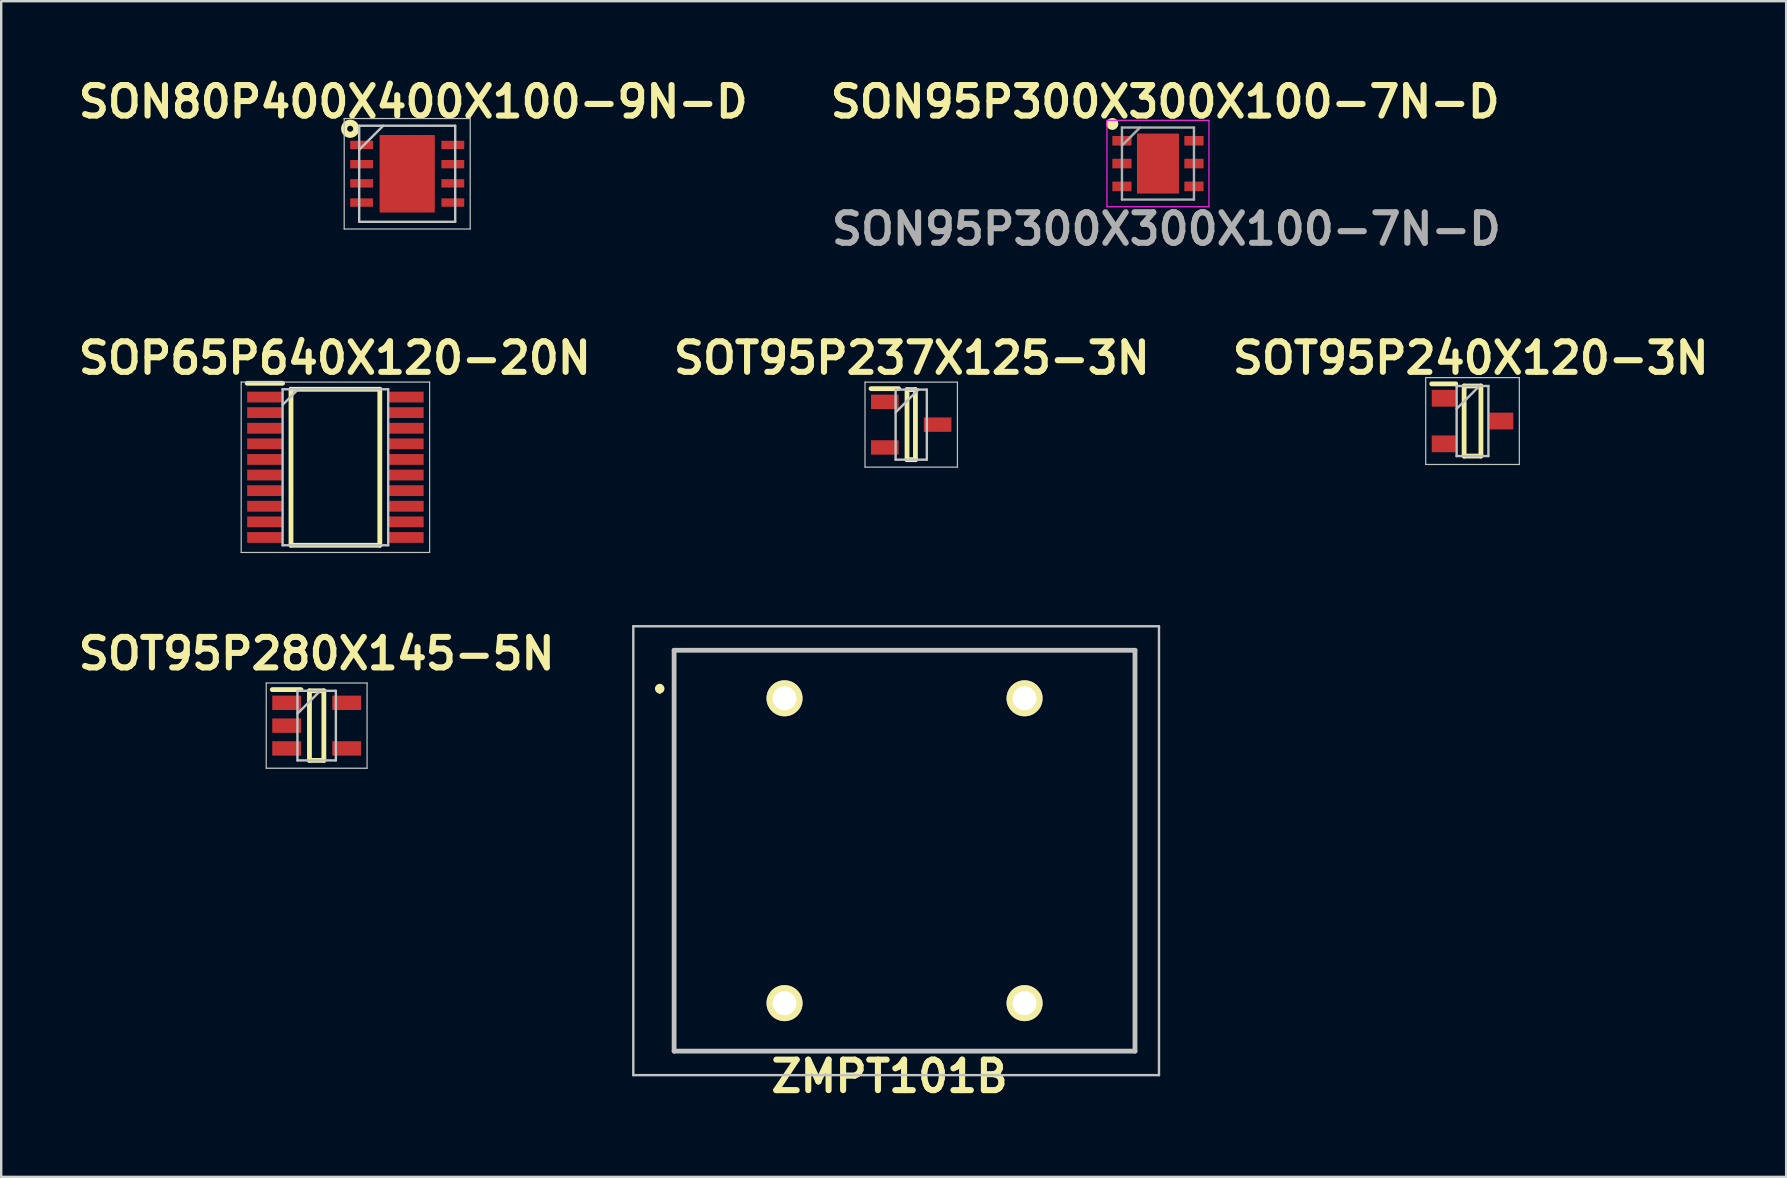
<source format=kicad_pcb>
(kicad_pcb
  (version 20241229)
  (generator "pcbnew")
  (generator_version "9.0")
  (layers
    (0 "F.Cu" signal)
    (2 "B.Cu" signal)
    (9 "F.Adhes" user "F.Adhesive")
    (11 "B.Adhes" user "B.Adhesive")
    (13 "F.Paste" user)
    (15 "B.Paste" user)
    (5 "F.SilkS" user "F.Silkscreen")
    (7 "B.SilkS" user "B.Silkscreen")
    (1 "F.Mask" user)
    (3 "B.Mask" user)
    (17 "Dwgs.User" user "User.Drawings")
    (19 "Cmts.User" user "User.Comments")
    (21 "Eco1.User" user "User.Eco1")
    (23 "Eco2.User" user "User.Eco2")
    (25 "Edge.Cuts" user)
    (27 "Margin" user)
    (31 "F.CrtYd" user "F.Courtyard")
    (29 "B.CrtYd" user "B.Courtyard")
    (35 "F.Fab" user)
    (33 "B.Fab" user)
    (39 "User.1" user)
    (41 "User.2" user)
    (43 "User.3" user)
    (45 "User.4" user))
  (footprint "ZMPT101B"
    (layer "F.Cu")
    (at 29.634 26.041)
    (property "Reference" "ZMPT101B" (at 4.375 15.75 0) (layer "F.SilkS") (effects (font (size 1.27 1.27) (thickness 0.254))))
    (attr through_hole exclude_from_pos_files)
    (fp_line (start -5.2 -0.5) (end -5.2 -0.5) (stroke (width 0.2) (type solid)) (layer "F.SilkS"))
    (fp_line (start -5.2 -0.3) (end -5.2 -0.3) (stroke (width 0.2) (type solid)) (layer "F.SilkS"))
    (fp_line (start -4.6 -2) (end 14.6 -2) (stroke (width 0.1) (type solid)) (layer "F.SilkS"))
    (fp_line (start -4.6 14.7) (end -4.6 -2) (stroke (width 0.1) (type solid)) (layer "F.SilkS"))
    (fp_line (start 14.6 -2) (end 14.6 14.7) (stroke (width 0.1) (type solid)) (layer "F.SilkS"))
    (fp_line (start 14.6 14.7) (end -4.6 14.7) (stroke (width 0.1) (type solid)) (layer "F.SilkS"))
    (fp_arc (start -5.2 -0.5) (mid -5.1 -0.4) (end -5.2 -0.3) (stroke (width 0.2) (type solid)) (layer "F.SilkS"))
    (fp_arc (start -5.2 -0.3) (mid -5.3 -0.4) (end -5.2 -0.5) (stroke (width 0.2) (type solid)) (layer "F.SilkS"))
    (fp_line (start -6.3 -3) (end 15.6 -3) (stroke (width 0.1) (type solid)) (layer "Dwgs.User"))
    (fp_line (start -6.3 15.7) (end -6.3 -3) (stroke (width 0.1) (type solid)) (layer "Dwgs.User"))
    (fp_line (start -4.6 -2) (end 14.6 -2) (stroke (width 0.2) (type solid)) (layer "Dwgs.User"))
    (fp_line (start -4.6 14.7) (end -4.6 -2) (stroke (width 0.2) (type solid)) (layer "Dwgs.User"))
    (fp_line (start 14.6 -2) (end 14.6 14.7) (stroke (width 0.2) (type solid)) (layer "Dwgs.User"))
    (fp_line (start 14.6 14.7) (end -4.6 14.7) (stroke (width 0.2) (type solid)) (layer "Dwgs.User"))
    (fp_line (start 15.6 -3) (end 15.6 15.7) (stroke (width 0.1) (type solid)) (layer "Dwgs.User"))
    (fp_line (start 15.6 15.7) (end -6.3 15.7) (stroke (width 0.1) (type solid)) (layer "Dwgs.User"))
    (pad "1" thru_hole circle (at 0 0 90) (size 1.5 1.5) (drill 1) (layers "*.Cu" "*.Mask" "F.SilkS"))
    (pad "2" thru_hole circle (at 0 12.7 90) (size 1.5 1.5) (drill 1) (layers "*.Cu" "*.Mask" "F.SilkS"))
    (pad "3" thru_hole circle (at 10 12.7 90) (size 1.5 1.5) (drill 1) (layers "*.Cu" "*.Mask" "F.SilkS"))
    (pad "4" thru_hole circle (at 10 0 90) (size 1.5 1.5) (drill 1) (layers "*.Cu" "*.Mask" "F.SilkS")))
  (footprint "SOT95P237X125-3N"
    (layer "F.Cu")
    (at 34.912 14.641)
    (property "Reference" "SOT95P237X125-3N" (at 0.025 -2.775 0) (layer "F.SilkS") (effects (font (size 1.27 1.27) (thickness 0.254))))
    (attr smd)
    (fp_line (start -1.675 -1.5) (end -0.525 -1.5) (stroke (width 0.2) (type solid)) (layer "F.SilkS"))
    (fp_line (start -0.175 -1.46) (end 0.175 -1.46) (stroke (width 0.2) (type solid)) (layer "F.SilkS"))
    (fp_line (start -0.175 1.46) (end -0.175 -1.46) (stroke (width 0.2) (type solid)) (layer "F.SilkS"))
    (fp_line (start 0.175 -1.46) (end 0.175 1.46) (stroke (width 0.2) (type solid)) (layer "F.SilkS"))
    (fp_line (start 0.175 1.46) (end -0.175 1.46) (stroke (width 0.2) (type solid)) (layer "F.SilkS"))
    (fp_line (start -1.925 -1.77) (end 1.925 -1.77) (stroke (width 0.05) (type solid)) (layer "Dwgs.User"))
    (fp_line (start -1.925 1.77) (end -1.925 -1.77) (stroke (width 0.05) (type solid)) (layer "Dwgs.User"))
    (fp_line (start -0.65 -1.46) (end 0.65 -1.46) (stroke (width 0.1) (type solid)) (layer "Dwgs.User"))
    (fp_line (start -0.65 -0.51) (end 0.3 -1.46) (stroke (width 0.1) (type solid)) (layer "Dwgs.User"))
    (fp_line (start -0.65 1.46) (end -0.65 -1.46) (stroke (width 0.1) (type solid)) (layer "Dwgs.User"))
    (fp_line (start 0.65 -1.46) (end 0.65 1.46) (stroke (width 0.1) (type solid)) (layer "Dwgs.User"))
    (fp_line (start 0.65 1.46) (end -0.65 1.46) (stroke (width 0.1) (type solid)) (layer "Dwgs.User"))
    (fp_line (start 1.925 -1.77) (end 1.925 1.77) (stroke (width 0.05) (type solid)) (layer "Dwgs.User"))
    (fp_line (start 1.925 1.77) (end -1.925 1.77) (stroke (width 0.05) (type solid)) (layer "Dwgs.User"))
    (pad "1" smd rect (at -1.1 -0.95 90) (size 0.6 1.15) (layers "F.Cu" "F.Mask" "F.Paste"))
    (pad "2" smd rect (at -1.1 0.95 90) (size 0.6 1.15) (layers "F.Cu" "F.Mask" "F.Paste"))
    (pad "3" smd rect (at 1.1 0 90) (size 0.6 1.15) (layers "F.Cu" "F.Mask" "F.Paste")))
  (footprint "SOT95P280X145-5N"
    (layer "F.Cu")
    (at 10.142 27.18)
    (property "Reference" "SOT95P280X145-5N" (at 0 -3 0) (layer "F.SilkS") (effects (font (size 1.27 1.27) (thickness 0.254))))
    (attr smd)
    (fp_line (start -1.85 -1.5) (end -0.65 -1.5) (stroke (width 0.2) (type solid)) (layer "F.SilkS"))
    (fp_line (start -0.3 -1.45) (end 0.3 -1.45) (stroke (width 0.2) (type solid)) (layer "F.SilkS"))
    (fp_line (start -0.3 1.45) (end -0.3 -1.45) (stroke (width 0.2) (type solid)) (layer "F.SilkS"))
    (fp_line (start 0.3 -1.45) (end 0.3 1.45) (stroke (width 0.2) (type solid)) (layer "F.SilkS"))
    (fp_line (start 0.3 1.45) (end -0.3 1.45) (stroke (width 0.2) (type solid)) (layer "F.SilkS"))
    (fp_line (start -2.1 -1.775) (end 2.1 -1.775) (stroke (width 0.05) (type solid)) (layer "Dwgs.User"))
    (fp_line (start -2.1 1.775) (end -2.1 -1.775) (stroke (width 0.05) (type solid)) (layer "Dwgs.User"))
    (fp_line (start -0.8 -1.45) (end 0.8 -1.45) (stroke (width 0.1) (type solid)) (layer "Dwgs.User"))
    (fp_line (start -0.8 -0.5) (end 0.15 -1.45) (stroke (width 0.1) (type solid)) (layer "Dwgs.User"))
    (fp_line (start -0.8 1.45) (end -0.8 -1.45) (stroke (width 0.1) (type solid)) (layer "Dwgs.User"))
    (fp_line (start 0.8 -1.45) (end 0.8 1.45) (stroke (width 0.1) (type solid)) (layer "Dwgs.User"))
    (fp_line (start 0.8 1.45) (end -0.8 1.45) (stroke (width 0.1) (type solid)) (layer "Dwgs.User"))
    (fp_line (start 2.1 -1.775) (end 2.1 1.775) (stroke (width 0.05) (type solid)) (layer "Dwgs.User"))
    (fp_line (start 2.1 1.775) (end -2.1 1.775) (stroke (width 0.05) (type solid)) (layer "Dwgs.User"))
    (pad "1" smd rect (at -1.25 -0.95 90) (size 0.6 1.2) (layers "F.Cu" "F.Mask" "F.Paste"))
    (pad "2" smd rect (at -1.25 0 90) (size 0.6 1.2) (layers "F.Cu" "F.Mask" "F.Paste"))
    (pad "3" smd rect (at -1.25 0.95 90) (size 0.6 1.2) (layers "F.Cu" "F.Mask" "F.Paste"))
    (pad "4" smd rect (at 1.25 0.95 90) (size 0.6 1.2) (layers "F.Cu" "F.Mask" "F.Paste"))
    (pad "5" smd rect (at 1.25 -0.95 90) (size 0.6 1.2) (layers "F.Cu" "F.Mask" "F.Paste")))
  (footprint "SOP65P640X120-20N"
    (layer "F.Cu")
    (at 10.923 16.416)
    (property "Reference" "SOP65P640X120-20N" (at -0.025 -4.55 0) (layer "F.SilkS") (effects (font (size 1.27 1.27) (thickness 0.254))))
    (attr smd)
    (fp_line (start -3.675 -3.5) (end -2.2 -3.5) (stroke (width 0.2) (type solid)) (layer "F.SilkS"))
    (fp_line (start -1.85 -3.25) (end 1.85 -3.25) (stroke (width 0.2) (type solid)) (layer "F.SilkS"))
    (fp_line (start -1.85 3.25) (end -1.85 -3.25) (stroke (width 0.2) (type solid)) (layer "F.SilkS"))
    (fp_line (start 1.85 -3.25) (end 1.85 3.25) (stroke (width 0.2) (type solid)) (layer "F.SilkS"))
    (fp_line (start 1.85 3.25) (end -1.85 3.25) (stroke (width 0.2) (type solid)) (layer "F.SilkS"))
    (fp_line (start -3.925 -3.55) (end 3.925 -3.55) (stroke (width 0.05) (type solid)) (layer "Dwgs.User"))
    (fp_line (start -3.925 3.55) (end -3.925 -3.55) (stroke (width 0.05) (type solid)) (layer "Dwgs.User"))
    (fp_line (start -2.2 -3.25) (end 2.2 -3.25) (stroke (width 0.1) (type solid)) (layer "Dwgs.User"))
    (fp_line (start -2.2 -2.6) (end -1.55 -3.25) (stroke (width 0.1) (type solid)) (layer "Dwgs.User"))
    (fp_line (start -2.2 3.25) (end -2.2 -3.25) (stroke (width 0.1) (type solid)) (layer "Dwgs.User"))
    (fp_line (start 2.2 -3.25) (end 2.2 3.25) (stroke (width 0.1) (type solid)) (layer "Dwgs.User"))
    (fp_line (start 2.2 3.25) (end -2.2 3.25) (stroke (width 0.1) (type solid)) (layer "Dwgs.User"))
    (fp_line (start 3.925 -3.55) (end 3.925 3.55) (stroke (width 0.05) (type solid)) (layer "Dwgs.User"))
    (fp_line (start 3.925 3.55) (end -3.925 3.55) (stroke (width 0.05) (type solid)) (layer "Dwgs.User"))
    (pad "1" smd rect (at -2.938 -2.925 90) (size 0.45 1.475) (layers "F.Cu" "F.Mask" "F.Paste"))
    (pad "2" smd rect (at -2.938 -2.275 90) (size 0.45 1.475) (layers "F.Cu" "F.Mask" "F.Paste"))
    (pad "3" smd rect (at -2.938 -1.625 90) (size 0.45 1.475) (layers "F.Cu" "F.Mask" "F.Paste"))
    (pad "4" smd rect (at -2.938 -0.975 90) (size 0.45 1.475) (layers "F.Cu" "F.Mask" "F.Paste"))
    (pad "5" smd rect (at -2.938 -0.325 90) (size 0.45 1.475) (layers "F.Cu" "F.Mask" "F.Paste"))
    (pad "6" smd rect (at -2.938 0.325 90) (size 0.45 1.475) (layers "F.Cu" "F.Mask" "F.Paste"))
    (pad "7" smd rect (at -2.938 0.975 90) (size 0.45 1.475) (layers "F.Cu" "F.Mask" "F.Paste"))
    (pad "8" smd rect (at -2.938 1.625 90) (size 0.45 1.475) (layers "F.Cu" "F.Mask" "F.Paste"))
    (pad "9" smd rect (at -2.938 2.275 90) (size 0.45 1.475) (layers "F.Cu" "F.Mask" "F.Paste"))
    (pad "10" smd rect (at -2.938 2.925 90) (size 0.45 1.475) (layers "F.Cu" "F.Mask" "F.Paste"))
    (pad "11" smd rect (at 2.938 2.925 90) (size 0.45 1.475) (layers "F.Cu" "F.Mask" "F.Paste"))
    (pad "12" smd rect (at 2.938 2.275 90) (size 0.45 1.475) (layers "F.Cu" "F.Mask" "F.Paste"))
    (pad "13" smd rect (at 2.938 1.625 90) (size 0.45 1.475) (layers "F.Cu" "F.Mask" "F.Paste"))
    (pad "14" smd rect (at 2.938 0.975 90) (size 0.45 1.475) (layers "F.Cu" "F.Mask" "F.Paste"))
    (pad "15" smd rect (at 2.938 0.325 90) (size 0.45 1.475) (layers "F.Cu" "F.Mask" "F.Paste"))
    (pad "16" smd rect (at 2.938 -0.325 90) (size 0.45 1.475) (layers "F.Cu" "F.Mask" "F.Paste"))
    (pad "17" smd rect (at 2.938 -0.975 90) (size 0.45 1.475) (layers "F.Cu" "F.Mask" "F.Paste"))
    (pad "18" smd rect (at 2.938 -1.625 90) (size 0.45 1.475) (layers "F.Cu" "F.Mask" "F.Paste"))
    (pad "19" smd rect (at 2.938 -2.275 90) (size 0.45 1.475) (layers "F.Cu" "F.Mask" "F.Paste"))
    (pad "20" smd rect (at 2.938 -2.925 90) (size 0.45 1.475) (layers "F.Cu" "F.Mask" "F.Paste")))
  (footprint "SON95P300X300X100-7N-D"
    (layer "F.Cu")
    (at 45.191 3.764)
    (property "Reference" "SON95P300X300X100-7N-D" (at 0.3 -2.575 0) (layer "F.SilkS") (effects (font (size 1.27 1.27) (thickness 0.254))))
    (attr smd)
    (fp_circle (center -1.9 -1.65) (end -1.9 -1.525) (stroke (width 0.25) (type solid)) (fill no) (layer "F.SilkS"))
    (fp_line (start -2.125 -1.8) (end 2.125 -1.8) (stroke (width 0.05) (type solid)) (layer "F.CrtYd"))
    (fp_line (start -2.125 1.8) (end -2.125 -1.8) (stroke (width 0.05) (type solid)) (layer "F.CrtYd"))
    (fp_line (start 2.125 -1.8) (end 2.125 1.8) (stroke (width 0.05) (type solid)) (layer "F.CrtYd"))
    (fp_line (start 2.125 1.8) (end -2.125 1.8) (stroke (width 0.05) (type solid)) (layer "F.CrtYd"))
    (fp_line (start -1.5 -1.5) (end 1.5 -1.5) (stroke (width 0.1) (type solid)) (layer "F.Fab"))
    (fp_line (start -1.5 -0.75) (end -0.75 -1.5) (stroke (width 0.1) (type solid)) (layer "F.Fab"))
    (fp_line (start -1.5 1.5) (end -1.5 -1.5) (stroke (width 0.1) (type solid)) (layer "F.Fab"))
    (fp_line (start 1.5 -1.5) (end 1.5 1.5) (stroke (width 0.1) (type solid)) (layer "F.Fab"))
    (fp_line (start 1.5 1.5) (end -1.5 1.5) (stroke (width 0.1) (type solid)) (layer "F.Fab"))
    (fp_text user "${REFERENCE}" (at 0.35 2.725 0) (layer "F.Fab") (effects (font (size 1.27 1.27) (thickness 0.254))))
    (pad "1" smd rect (at -1.5 -0.95 90) (size 0.4 0.8) (layers "F.Cu" "F.Mask" "F.Paste"))
    (pad "2" smd rect (at -1.5 0 90) (size 0.4 0.8) (layers "F.Cu" "F.Mask" "F.Paste"))
    (pad "3" smd rect (at -1.5 0.95 90) (size 0.4 0.8) (layers "F.Cu" "F.Mask" "F.Paste"))
    (pad "4" smd rect (at 1.5 0.95 90) (size 0.4 0.8) (layers "F.Cu" "F.Mask" "F.Paste"))
    (pad "5" smd rect (at 1.5 0 90) (size 0.4 0.8) (layers "F.Cu" "F.Mask" "F.Paste"))
    (pad "6" smd rect (at 1.5 -0.95 90) (size 0.4 0.8) (layers "F.Cu" "F.Mask" "F.Paste"))
    (pad "7" smd rect (at 0 0) (size 1.75 2.5) (layers "F.Cu" "F.Mask" "F.Paste")))
  (footprint "SOT95P240X120-3N"
    (layer "F.Cu")
    (at 58.296 14.491)
    (property "Reference" "SOT95P240X120-3N" (at -0.075 -2.625 0) (layer "F.SilkS") (effects (font (size 1.27 1.27) (thickness 0.254))))
    (attr smd)
    (fp_line (start -1.7 -1.55) (end -0.7 -1.55) (stroke (width 0.2) (type solid)) (layer "F.SilkS"))
    (fp_line (start -0.35 -1.46) (end 0.35 -1.46) (stroke (width 0.2) (type solid)) (layer "F.SilkS"))
    (fp_line (start -0.35 1.46) (end -0.35 -1.46) (stroke (width 0.2) (type solid)) (layer "F.SilkS"))
    (fp_line (start 0.35 -1.46) (end 0.35 1.46) (stroke (width 0.2) (type solid)) (layer "F.SilkS"))
    (fp_line (start 0.35 1.46) (end -0.35 1.46) (stroke (width 0.2) (type solid)) (layer "F.SilkS"))
    (fp_line (start -1.95 -1.81) (end 1.95 -1.81) (stroke (width 0.05) (type solid)) (layer "Dwgs.User"))
    (fp_line (start -1.95 1.81) (end -1.95 -1.81) (stroke (width 0.05) (type solid)) (layer "Dwgs.User"))
    (fp_line (start -0.662 -1.46) (end 0.662 -1.46) (stroke (width 0.1) (type solid)) (layer "Dwgs.User"))
    (fp_line (start -0.662 -0.51) (end 0.288 -1.46) (stroke (width 0.1) (type solid)) (layer "Dwgs.User"))
    (fp_line (start -0.662 1.46) (end -0.662 -1.46) (stroke (width 0.1) (type solid)) (layer "Dwgs.User"))
    (fp_line (start 0.662 -1.46) (end 0.662 1.46) (stroke (width 0.1) (type solid)) (layer "Dwgs.User"))
    (fp_line (start 0.662 1.46) (end -0.662 1.46) (stroke (width 0.1) (type solid)) (layer "Dwgs.User"))
    (fp_line (start 1.95 -1.81) (end 1.95 1.81) (stroke (width 0.05) (type solid)) (layer "Dwgs.User"))
    (fp_line (start 1.95 1.81) (end -1.95 1.81) (stroke (width 0.05) (type solid)) (layer "Dwgs.User"))
    (pad "1" smd rect (at -1.2 -0.95 90) (size 0.7 1) (layers "F.Cu" "F.Mask" "F.Paste"))
    (pad "2" smd rect (at -1.2 0.95 90) (size 0.7 1) (layers "F.Cu" "F.Mask" "F.Paste"))
    (pad "3" smd rect (at 1.2 0 90) (size 0.7 1) (layers "F.Cu" "F.Mask" "F.Paste")))
  (footprint "SON80P400X400X100-9N-D"
    (layer "F.Cu")
    (at 13.914 4.189)
    (property "Reference" "SON80P400X400X100-9N-D" (at 0.25 -3 0) (layer "F.SilkS") (effects (font (size 1.27 1.27) (thickness 0.254))))
    (attr smd)
    (fp_circle (center -2.375 -1.875) (end -2.25 -1.875) (stroke (width 0.254) (type solid)) (fill no) (layer "F.SilkS"))
    (fp_line (start -2.625 -2.3) (end 2.625 -2.3) (stroke (width 0.05) (type solid)) (layer "Dwgs.User"))
    (fp_line (start -2.625 2.3) (end -2.625 -2.3) (stroke (width 0.05) (type solid)) (layer "Dwgs.User"))
    (fp_line (start -2 -2) (end 2 -2) (stroke (width 0.1) (type solid)) (layer "Dwgs.User"))
    (fp_line (start -2 -1) (end -1 -2) (stroke (width 0.1) (type solid)) (layer "Dwgs.User"))
    (fp_line (start -2 2) (end -2 -2) (stroke (width 0.1) (type solid)) (layer "Dwgs.User"))
    (fp_line (start 2 -2) (end 2 2) (stroke (width 0.1) (type solid)) (layer "Dwgs.User"))
    (fp_line (start 2 2) (end -2 2) (stroke (width 0.1) (type solid)) (layer "Dwgs.User"))
    (fp_line (start 2.625 -2.3) (end 2.625 2.3) (stroke (width 0.05) (type solid)) (layer "Dwgs.User"))
    (fp_line (start 2.625 2.3) (end -2.625 2.3) (stroke (width 0.05) (type solid)) (layer "Dwgs.User"))
    (pad "1" smd rect (at -1.9 -1.2 90) (size 0.35 0.95) (layers "F.Cu" "F.Mask" "F.Paste"))
    (pad "2" smd rect (at -1.9 -0.4 90) (size 0.35 0.95) (layers "F.Cu" "F.Mask" "F.Paste"))
    (pad "3" smd rect (at -1.9 0.4 90) (size 0.35 0.95) (layers "F.Cu" "F.Mask" "F.Paste"))
    (pad "4" smd rect (at -1.9 1.2 90) (size 0.35 0.95) (layers "F.Cu" "F.Mask" "F.Paste"))
    (pad "5" smd rect (at 1.9 1.2 90) (size 0.35 0.95) (layers "F.Cu" "F.Mask" "F.Paste"))
    (pad "6" smd rect (at 1.9 0.4 90) (size 0.35 0.95) (layers "F.Cu" "F.Mask" "F.Paste"))
    (pad "7" smd rect (at 1.9 -0.4 90) (size 0.35 0.95) (layers "F.Cu" "F.Mask" "F.Paste"))
    (pad "8" smd rect (at 1.9 -1.2 90) (size 0.35 0.95) (layers "F.Cu" "F.Mask" "F.Paste"))
    (pad "9" smd rect (at 0 0) (size 2.3 3.23) (layers "F.Cu" "F.Mask" "F.Paste")))
  (gr_rect
    (start -3 -3)
    (end 71.363 45.98)
    (stroke (width 0.1) (type default))
    (fill no)
    (layer "Edge.Cuts")))
</source>
